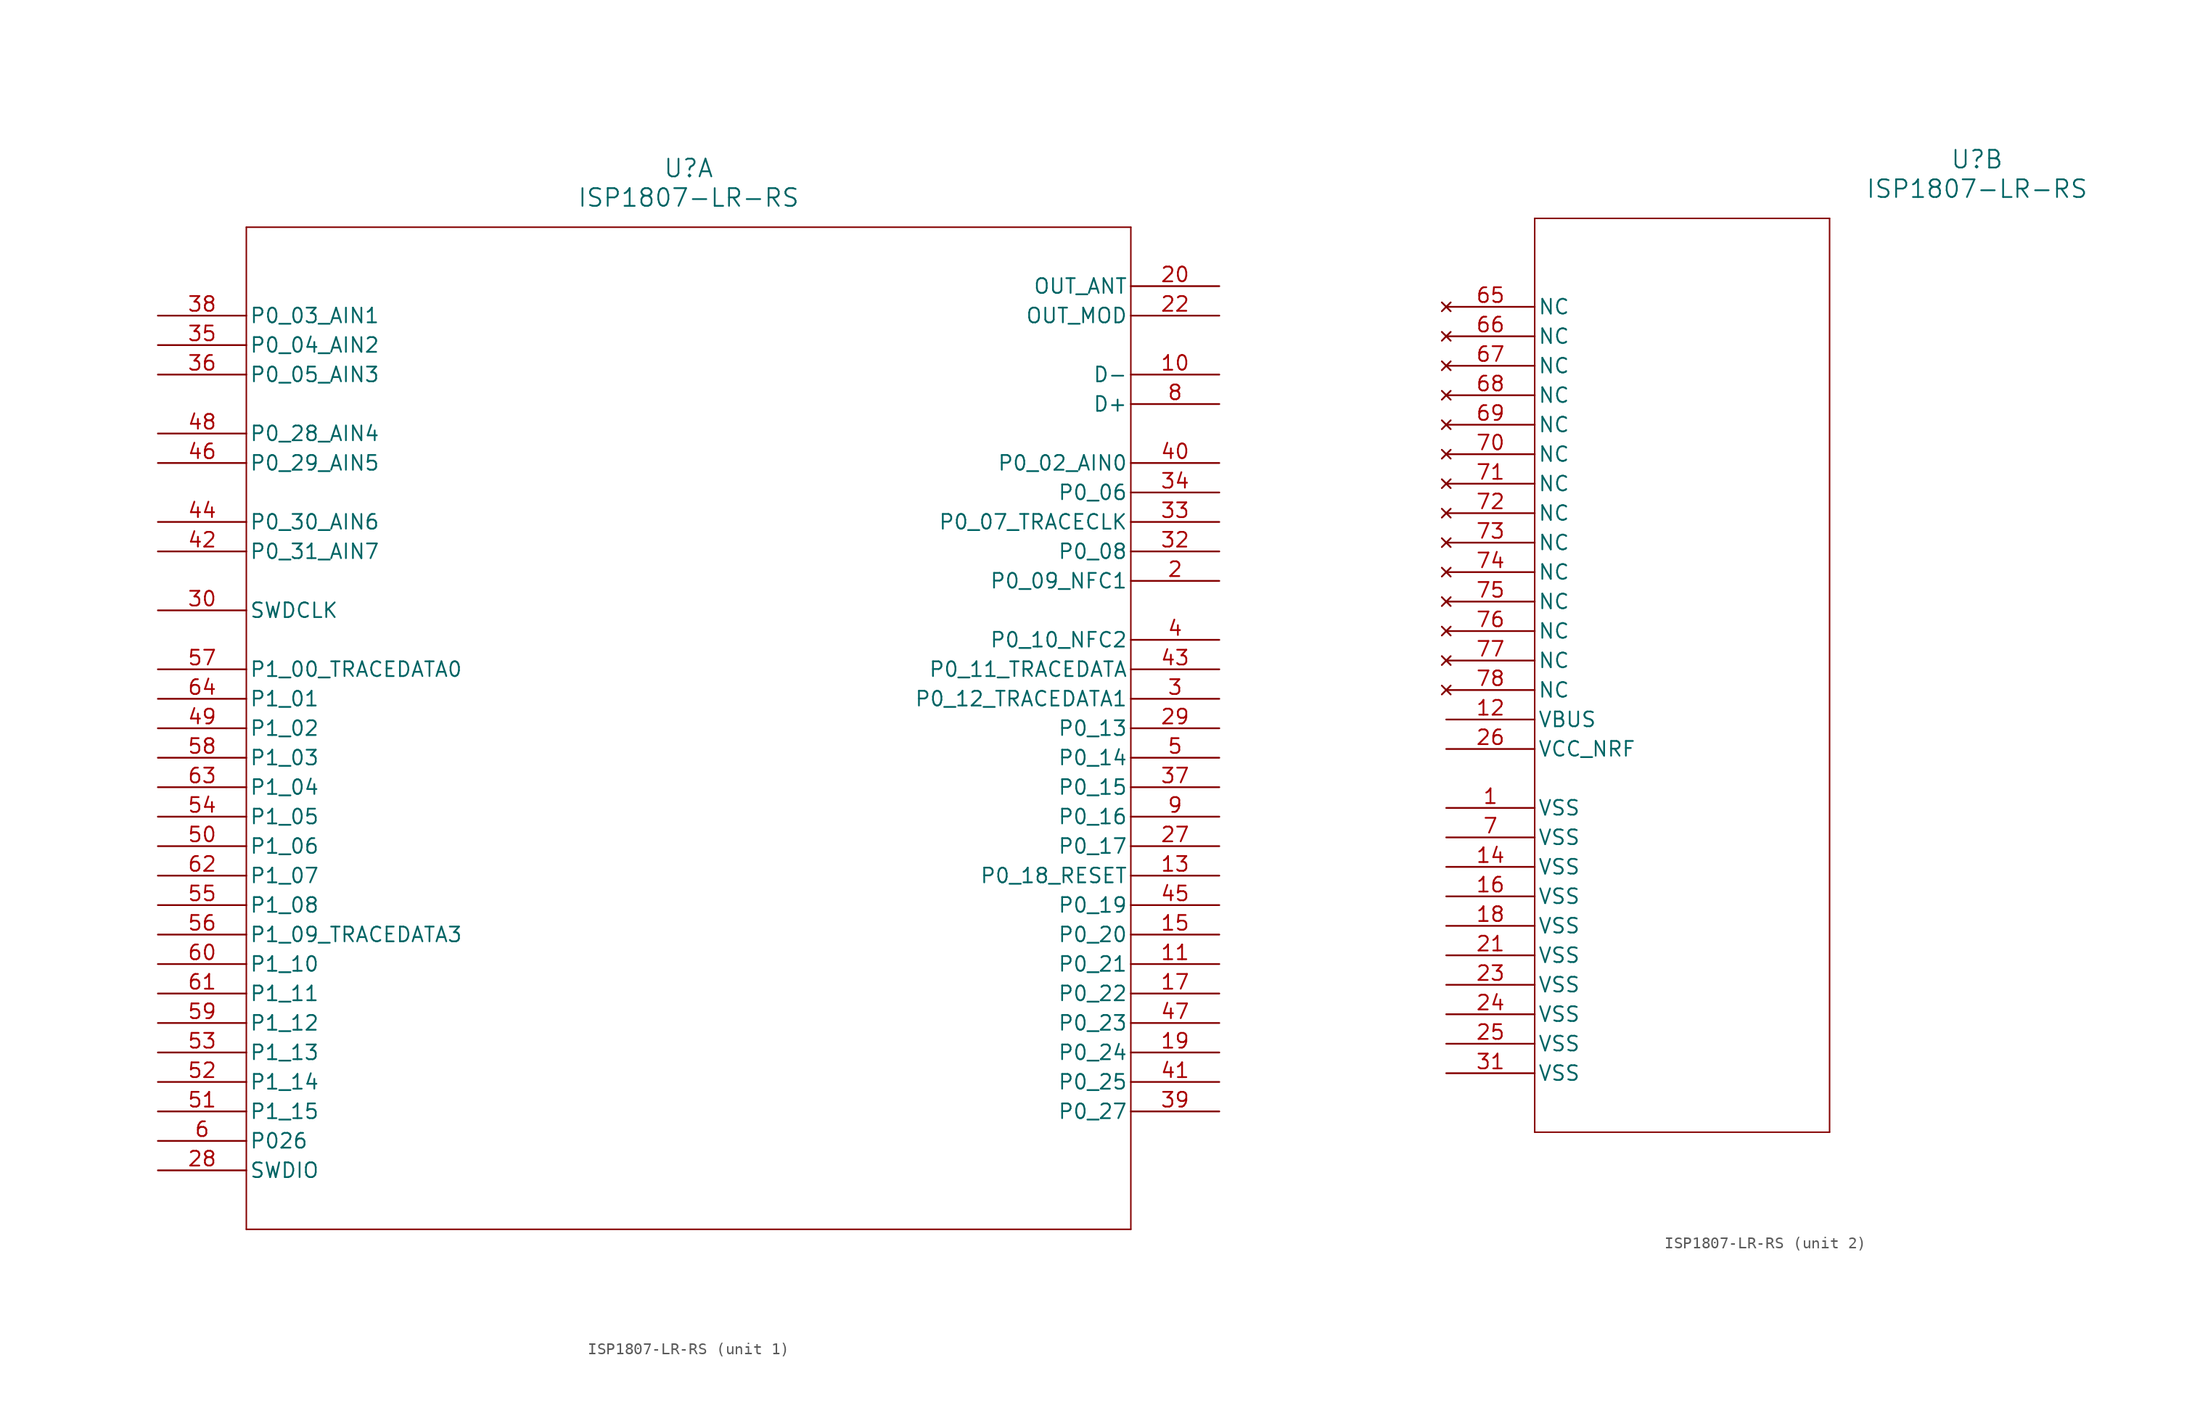
<source format=kicad_sym>
(kicad_symbol_lib
  (version 20241209)
  (generator "kicad_symbol_editor")
  (generator_version "9.0")
  (symbol "ISP1807-LR-RS"
    (pin_names
      (offset 0.254))
    (property "Reference" "U"
      (at 45.72 12.7 0)
      (effects (font (size 1.524 1.524))))
    (property "Value" "ISP1807-LR-RS"
      (at 45.72 10.16 0)
      (effects (font (size 1.524 1.524))))
    (property "ki_locked" ""
      (at 0 0 0)
      (effects (font (size 1.27 1.27))))
    (symbol "ISP1807-LR-RS_1_1"
      (polyline (pts (xy 7.62 7.62) (xy 7.62 -78.74)) (stroke (width 0.127) (type default)) (fill (type none)))
      (polyline (pts (xy 7.62 -78.74) (xy 83.82 -78.74)) (stroke (width 0.127) (type default)) (fill (type none)))
      (polyline (pts (xy 83.82 7.62) (xy 7.62 7.62)) (stroke (width 0.127) (type default)) (fill (type none)))
      (polyline (pts (xy 83.82 -78.74) (xy 83.82 7.62)) (stroke (width 0.127) (type default)) (fill (type none)))
      (pin input line (at 0 0 0) (length 7.62) (name "P0_03_AIN1" (effects (font (size 1.27 1.27)))) (number "38" (effects (font (size 1.27 1.27)))))
      (pin input line (at 0 -2.54 0) (length 7.62) (name "P0_04_AIN2" (effects (font (size 1.27 1.27)))) (number "35" (effects (font (size 1.27 1.27)))))
      (pin input line (at 0 -5.08 0) (length 7.62) (name "P0_05_AIN3" (effects (font (size 1.27 1.27)))) (number "36" (effects (font (size 1.27 1.27)))))
      (pin input line (at 0 -10.16 0) (length 7.62) (name "P0_28_AIN4" (effects (font (size 1.27 1.27)))) (number "48" (effects (font (size 1.27 1.27)))))
      (pin input line (at 0 -12.7 0) (length 7.62) (name "P0_29_AIN5" (effects (font (size 1.27 1.27)))) (number "46" (effects (font (size 1.27 1.27)))))
      (pin input line (at 0 -17.78 0) (length 7.62) (name "P0_30_AIN6" (effects (font (size 1.27 1.27)))) (number "44" (effects (font (size 1.27 1.27)))))
      (pin input line (at 0 -20.32 0) (length 7.62) (name "P0_31_AIN7" (effects (font (size 1.27 1.27)))) (number "42" (effects (font (size 1.27 1.27)))))
      (pin input line (at 0 -25.4 0) (length 7.62) (name "SWDCLK" (effects (font (size 1.27 1.27)))) (number "30" (effects (font (size 1.27 1.27)))))
      (pin bidirectional line (at 0 -30.48 0) (length 7.62) (name "P1_00_TRACEDATA0" (effects (font (size 1.27 1.27)))) (number "57" (effects (font (size 1.27 1.27)))))
      (pin bidirectional line (at 0 -33.02 0) (length 7.62) (name "P1_01" (effects (font (size 1.27 1.27)))) (number "64" (effects (font (size 1.27 1.27)))))
      (pin bidirectional line (at 0 -35.56 0) (length 7.62) (name "P1_02" (effects (font (size 1.27 1.27)))) (number "49" (effects (font (size 1.27 1.27)))))
      (pin bidirectional line (at 0 -38.1 0) (length 7.62) (name "P1_03" (effects (font (size 1.27 1.27)))) (number "58" (effects (font (size 1.27 1.27)))))
      (pin bidirectional line (at 0 -40.64 0) (length 7.62) (name "P1_04" (effects (font (size 1.27 1.27)))) (number "63" (effects (font (size 1.27 1.27)))))
      (pin bidirectional line (at 0 -43.18 0) (length 7.62) (name "P1_05" (effects (font (size 1.27 1.27)))) (number "54" (effects (font (size 1.27 1.27)))))
      (pin bidirectional line (at 0 -45.72 0) (length 7.62) (name "P1_06" (effects (font (size 1.27 1.27)))) (number "50" (effects (font (size 1.27 1.27)))))
      (pin bidirectional line (at 0 -48.26 0) (length 7.62) (name "P1_07" (effects (font (size 1.27 1.27)))) (number "62" (effects (font (size 1.27 1.27)))))
      (pin bidirectional line (at 0 -50.8 0) (length 7.62) (name "P1_08" (effects (font (size 1.27 1.27)))) (number "55" (effects (font (size 1.27 1.27)))))
      (pin bidirectional line (at 0 -53.34 0) (length 7.62) (name "P1_09_TRACEDATA3" (effects (font (size 1.27 1.27)))) (number "56" (effects (font (size 1.27 1.27)))))
      (pin bidirectional line (at 0 -55.88 0) (length 7.62) (name "P1_10" (effects (font (size 1.27 1.27)))) (number "60" (effects (font (size 1.27 1.27)))))
      (pin bidirectional line (at 0 -58.42 0) (length 7.62) (name "P1_11" (effects (font (size 1.27 1.27)))) (number "61" (effects (font (size 1.27 1.27)))))
      (pin bidirectional line (at 0 -60.96 0) (length 7.62) (name "P1_12" (effects (font (size 1.27 1.27)))) (number "59" (effects (font (size 1.27 1.27)))))
      (pin bidirectional line (at 0 -63.5 0) (length 7.62) (name "P1_13" (effects (font (size 1.27 1.27)))) (number "53" (effects (font (size 1.27 1.27)))))
      (pin bidirectional line (at 0 -66.04 0) (length 7.62) (name "P1_14" (effects (font (size 1.27 1.27)))) (number "52" (effects (font (size 1.27 1.27)))))
      (pin bidirectional line (at 0 -68.58 0) (length 7.62) (name "P1_15" (effects (font (size 1.27 1.27)))) (number "51" (effects (font (size 1.27 1.27)))))
      (pin bidirectional line (at 0 -71.12 0) (length 7.62) (name "P026" (effects (font (size 1.27 1.27)))) (number "6" (effects (font (size 1.27 1.27)))))
      (pin bidirectional line (at 0 -73.66 0) (length 7.62) (name "SWDIO" (effects (font (size 1.27 1.27)))) (number "28" (effects (font (size 1.27 1.27)))))
      (pin bidirectional line (at 91.44 2.54 180) (length 7.62) (name "OUT_ANT" (effects (font (size 1.27 1.27)))) (number "20" (effects (font (size 1.27 1.27)))))
      (pin bidirectional line (at 91.44 0 180) (length 7.62) (name "OUT_MOD" (effects (font (size 1.27 1.27)))) (number "22" (effects (font (size 1.27 1.27)))))
      (pin bidirectional line (at 91.44 -5.08 180) (length 7.62) (name "D-" (effects (font (size 1.27 1.27)))) (number "10" (effects (font (size 1.27 1.27)))))
      (pin bidirectional line (at 91.44 -7.62 180) (length 7.62) (name "D+" (effects (font (size 1.27 1.27)))) (number "8" (effects (font (size 1.27 1.27)))))
      (pin bidirectional line (at 91.44 -12.7 180) (length 7.62) (name "P0_02_AIN0" (effects (font (size 1.27 1.27)))) (number "40" (effects (font (size 1.27 1.27)))))
      (pin bidirectional line (at 91.44 -15.24 180) (length 7.62) (name "P0_06" (effects (font (size 1.27 1.27)))) (number "34" (effects (font (size 1.27 1.27)))))
      (pin bidirectional line (at 91.44 -17.78 180) (length 7.62) (name "P0_07_TRACECLK" (effects (font (size 1.27 1.27)))) (number "33" (effects (font (size 1.27 1.27)))))
      (pin bidirectional line (at 91.44 -20.32 180) (length 7.62) (name "P0_08" (effects (font (size 1.27 1.27)))) (number "32" (effects (font (size 1.27 1.27)))))
      (pin bidirectional line (at 91.44 -22.86 180) (length 7.62) (name "P0_09_NFC1" (effects (font (size 1.27 1.27)))) (number "2" (effects (font (size 1.27 1.27)))))
      (pin bidirectional line (at 91.44 -27.94 180) (length 7.62) (name "P0_10_NFC2" (effects (font (size 1.27 1.27)))) (number "4" (effects (font (size 1.27 1.27)))))
      (pin bidirectional line (at 91.44 -30.48 180) (length 7.62) (name "P0_11_TRACEDATA" (effects (font (size 1.27 1.27)))) (number "43" (effects (font (size 1.27 1.27)))))
      (pin bidirectional line (at 91.44 -33.02 180) (length 7.62) (name "P0_12_TRACEDATA1" (effects (font (size 1.27 1.27)))) (number "3" (effects (font (size 1.27 1.27)))))
      (pin bidirectional line (at 91.44 -35.56 180) (length 7.62) (name "P0_13" (effects (font (size 1.27 1.27)))) (number "29" (effects (font (size 1.27 1.27)))))
      (pin bidirectional line (at 91.44 -38.1 180) (length 7.62) (name "P0_14" (effects (font (size 1.27 1.27)))) (number "5" (effects (font (size 1.27 1.27)))))
      (pin bidirectional line (at 91.44 -40.64 180) (length 7.62) (name "P0_15" (effects (font (size 1.27 1.27)))) (number "37" (effects (font (size 1.27 1.27)))))
      (pin bidirectional line (at 91.44 -43.18 180) (length 7.62) (name "P0_16" (effects (font (size 1.27 1.27)))) (number "9" (effects (font (size 1.27 1.27)))))
      (pin bidirectional line (at 91.44 -45.72 180) (length 7.62) (name "P0_17" (effects (font (size 1.27 1.27)))) (number "27" (effects (font (size 1.27 1.27)))))
      (pin bidirectional line (at 91.44 -48.26 180) (length 7.62) (name "P0_18_RESET" (effects (font (size 1.27 1.27)))) (number "13" (effects (font (size 1.27 1.27)))))
      (pin bidirectional line (at 91.44 -50.8 180) (length 7.62) (name "P0_19" (effects (font (size 1.27 1.27)))) (number "45" (effects (font (size 1.27 1.27)))))
      (pin bidirectional line (at 91.44 -53.34 180) (length 7.62) (name "P0_20" (effects (font (size 1.27 1.27)))) (number "15" (effects (font (size 1.27 1.27)))))
      (pin bidirectional line (at 91.44 -55.88 180) (length 7.62) (name "P0_21" (effects (font (size 1.27 1.27)))) (number "11" (effects (font (size 1.27 1.27)))))
      (pin bidirectional line (at 91.44 -58.42 180) (length 7.62) (name "P0_22" (effects (font (size 1.27 1.27)))) (number "17" (effects (font (size 1.27 1.27)))))
      (pin bidirectional line (at 91.44 -60.96 180) (length 7.62) (name "P0_23" (effects (font (size 1.27 1.27)))) (number "47" (effects (font (size 1.27 1.27)))))
      (pin bidirectional line (at 91.44 -63.5 180) (length 7.62) (name "P0_24" (effects (font (size 1.27 1.27)))) (number "19" (effects (font (size 1.27 1.27)))))
      (pin bidirectional line (at 91.44 -66.04 180) (length 7.62) (name "P0_25" (effects (font (size 1.27 1.27)))) (number "41" (effects (font (size 1.27 1.27)))))
      (pin bidirectional line (at 91.44 -68.58 180) (length 7.62) (name "P0_27" (effects (font (size 1.27 1.27)))) (number "39" (effects (font (size 1.27 1.27))))))
    (symbol "ISP1807-LR-RS_2_1"
      (polyline (pts (xy 7.62 7.62) (xy 7.62 -71.12)) (stroke (width 0.127) (type default)) (fill (type none)))
      (polyline (pts (xy 7.62 -71.12) (xy 33.02 -71.12)) (stroke (width 0.127) (type default)) (fill (type none)))
      (polyline (pts (xy 33.02 7.62) (xy 7.62 7.62)) (stroke (width 0.127) (type default)) (fill (type none)))
      (polyline (pts (xy 33.02 -71.12) (xy 33.02 7.62)) (stroke (width 0.127) (type default)) (fill (type none)))
      (pin no_connect line (at 0 0 0) (length 7.62) (name "NC" (effects (font (size 1.27 1.27)))) (number "65" (effects (font (size 1.27 1.27)))))
      (pin no_connect line (at 0 -2.54 0) (length 7.62) (name "NC" (effects (font (size 1.27 1.27)))) (number "66" (effects (font (size 1.27 1.27)))))
      (pin no_connect line (at 0 -5.08 0) (length 7.62) (name "NC" (effects (font (size 1.27 1.27)))) (number "67" (effects (font (size 1.27 1.27)))))
      (pin no_connect line (at 0 -7.62 0) (length 7.62) (name "NC" (effects (font (size 1.27 1.27)))) (number "68" (effects (font (size 1.27 1.27)))))
      (pin no_connect line (at 0 -10.16 0) (length 7.62) (name "NC" (effects (font (size 1.27 1.27)))) (number "69" (effects (font (size 1.27 1.27)))))
      (pin no_connect line (at 0 -12.7 0) (length 7.62) (name "NC" (effects (font (size 1.27 1.27)))) (number "70" (effects (font (size 1.27 1.27)))))
      (pin no_connect line (at 0 -15.24 0) (length 7.62) (name "NC" (effects (font (size 1.27 1.27)))) (number "71" (effects (font (size 1.27 1.27)))))
      (pin no_connect line (at 0 -17.78 0) (length 7.62) (name "NC" (effects (font (size 1.27 1.27)))) (number "72" (effects (font (size 1.27 1.27)))))
      (pin no_connect line (at 0 -20.32 0) (length 7.62) (name "NC" (effects (font (size 1.27 1.27)))) (number "73" (effects (font (size 1.27 1.27)))))
      (pin no_connect line (at 0 -22.86 0) (length 7.62) (name "NC" (effects (font (size 1.27 1.27)))) (number "74" (effects (font (size 1.27 1.27)))))
      (pin no_connect line (at 0 -25.4 0) (length 7.62) (name "NC" (effects (font (size 1.27 1.27)))) (number "75" (effects (font (size 1.27 1.27)))))
      (pin no_connect line (at 0 -27.94 0) (length 7.62) (name "NC" (effects (font (size 1.27 1.27)))) (number "76" (effects (font (size 1.27 1.27)))))
      (pin no_connect line (at 0 -30.48 0) (length 7.62) (name "NC" (effects (font (size 1.27 1.27)))) (number "77" (effects (font (size 1.27 1.27)))))
      (pin no_connect line (at 0 -33.02 0) (length 7.62) (name "NC" (effects (font (size 1.27 1.27)))) (number "78" (effects (font (size 1.27 1.27)))))
      (pin power_in line (at 0 -35.56 0) (length 7.62) (name "VBUS" (effects (font (size 1.27 1.27)))) (number "12" (effects (font (size 1.27 1.27)))))
      (pin power_in line (at 0 -38.1 0) (length 7.62) (name "VCC_NRF" (effects (font (size 1.27 1.27)))) (number "26" (effects (font (size 1.27 1.27)))))
      (pin power_in line (at 0 -43.18 0) (length 7.62) (name "VSS" (effects (font (size 1.27 1.27)))) (number "1" (effects (font (size 1.27 1.27)))))
      (pin power_in line (at 0 -45.72 0) (length 7.62) (name "VSS" (effects (font (size 1.27 1.27)))) (number "7" (effects (font (size 1.27 1.27)))))
      (pin power_in line (at 0 -48.26 0) (length 7.62) (name "VSS" (effects (font (size 1.27 1.27)))) (number "14" (effects (font (size 1.27 1.27)))))
      (pin power_in line (at 0 -50.8 0) (length 7.62) (name "VSS" (effects (font (size 1.27 1.27)))) (number "16" (effects (font (size 1.27 1.27)))))
      (pin power_in line (at 0 -53.34 0) (length 7.62) (name "VSS" (effects (font (size 1.27 1.27)))) (number "18" (effects (font (size 1.27 1.27)))))
      (pin power_in line (at 0 -55.88 0) (length 7.62) (name "VSS" (effects (font (size 1.27 1.27)))) (number "21" (effects (font (size 1.27 1.27)))))
      (pin power_in line (at 0 -58.42 0) (length 7.62) (name "VSS" (effects (font (size 1.27 1.27)))) (number "23" (effects (font (size 1.27 1.27)))))
      (pin power_in line (at 0 -60.96 0) (length 7.62) (name "VSS" (effects (font (size 1.27 1.27)))) (number "24" (effects (font (size 1.27 1.27)))))
      (pin power_in line (at 0 -63.5 0) (length 7.62) (name "VSS" (effects (font (size 1.27 1.27)))) (number "25" (effects (font (size 1.27 1.27)))))
      (pin power_in line (at 0 -66.04 0) (length 7.62) (name "VSS" (effects (font (size 1.27 1.27)))) (number "31" (effects (font (size 1.27 1.27))))))))
</source>
